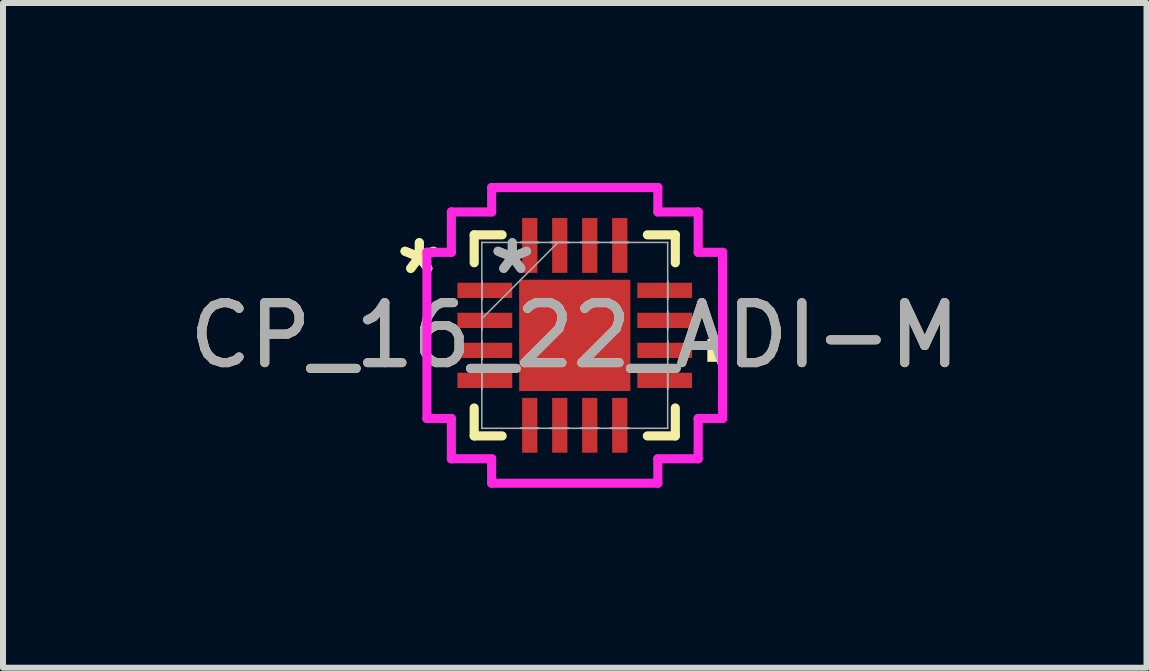
<source format=kicad_pcb>
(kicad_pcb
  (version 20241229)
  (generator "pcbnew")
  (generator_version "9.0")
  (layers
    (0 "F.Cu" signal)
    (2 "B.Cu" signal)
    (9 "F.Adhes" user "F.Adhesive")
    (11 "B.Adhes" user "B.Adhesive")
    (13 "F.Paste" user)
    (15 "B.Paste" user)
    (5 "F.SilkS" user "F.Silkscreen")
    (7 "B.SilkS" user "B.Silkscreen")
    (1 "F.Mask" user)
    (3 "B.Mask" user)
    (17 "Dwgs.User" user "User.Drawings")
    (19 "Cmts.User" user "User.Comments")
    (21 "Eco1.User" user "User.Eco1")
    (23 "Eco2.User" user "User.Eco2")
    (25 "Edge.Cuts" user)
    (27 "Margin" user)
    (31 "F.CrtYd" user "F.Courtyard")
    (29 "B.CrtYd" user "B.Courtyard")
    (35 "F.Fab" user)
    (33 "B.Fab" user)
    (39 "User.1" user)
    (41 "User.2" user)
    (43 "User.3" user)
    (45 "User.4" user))
  (footprint "CP_16_22_ADI-M"
    (layer "F.Cu")
    (at 6.53 2.54)
    (property "Reference" "CP_16_22_ADI-M" (at 0 0 0) (unlocked yes) (layer "F.SilkS") (effects (font (size 1 1) (thickness 0.15))))
    (attr smd)
    (fp_line (start -1.676 -1.676) (end -1.676 -1.21) (stroke (width 0.152) (type solid)) (layer "F.SilkS"))
    (fp_line (start -1.676 1.21) (end -1.676 1.676) (stroke (width 0.152) (type solid)) (layer "F.SilkS"))
    (fp_line (start -1.676 1.676) (end -1.21 1.676) (stroke (width 0.152) (type solid)) (layer "F.SilkS"))
    (fp_line (start -1.21 -1.676) (end -1.676 -1.676) (stroke (width 0.152) (type solid)) (layer "F.SilkS"))
    (fp_line (start 1.21 1.676) (end 1.676 1.676) (stroke (width 0.152) (type solid)) (layer "F.SilkS"))
    (fp_line (start 1.676 -1.676) (end 1.21 -1.676) (stroke (width 0.152) (type solid)) (layer "F.SilkS"))
    (fp_line (start 1.676 -1.21) (end 1.676 -1.676) (stroke (width 0.152) (type solid)) (layer "F.SilkS"))
    (fp_line (start 1.676 1.676) (end 1.676 1.21) (stroke (width 0.152) (type solid)) (layer "F.SilkS"))
    (fp_poly (pts (xy 2.464 0.059) (xy 2.464 0.441) (xy 2.21 0.441) (xy 2.21 0.059)) (stroke (width 0) (type solid)) (fill yes) (layer "F.SilkS"))
    (fp_line (start -2.464 -1.385) (end -2.057 -1.385) (stroke (width 0.152) (type solid)) (layer "F.CrtYd"))
    (fp_line (start -2.464 1.385) (end -2.464 -1.385) (stroke (width 0.152) (type solid)) (layer "F.CrtYd"))
    (fp_line (start -2.057 -2.057) (end -1.385 -2.057) (stroke (width 0.152) (type solid)) (layer "F.CrtYd"))
    (fp_line (start -2.057 -1.385) (end -2.057 -2.057) (stroke (width 0.152) (type solid)) (layer "F.CrtYd"))
    (fp_line (start -2.057 1.385) (end -2.464 1.385) (stroke (width 0.152) (type solid)) (layer "F.CrtYd"))
    (fp_line (start -2.057 2.057) (end -2.057 1.385) (stroke (width 0.152) (type solid)) (layer "F.CrtYd"))
    (fp_line (start -1.385 -2.464) (end 1.385 -2.464) (stroke (width 0.152) (type solid)) (layer "F.CrtYd"))
    (fp_line (start -1.385 -2.057) (end -1.385 -2.464) (stroke (width 0.152) (type solid)) (layer "F.CrtYd"))
    (fp_line (start -1.385 2.057) (end -2.057 2.057) (stroke (width 0.152) (type solid)) (layer "F.CrtYd"))
    (fp_line (start -1.385 2.464) (end -1.385 2.057) (stroke (width 0.152) (type solid)) (layer "F.CrtYd"))
    (fp_line (start 1.385 -2.464) (end 1.385 -2.057) (stroke (width 0.152) (type solid)) (layer "F.CrtYd"))
    (fp_line (start 1.385 -2.057) (end 2.057 -2.057) (stroke (width 0.152) (type solid)) (layer "F.CrtYd"))
    (fp_line (start 1.385 2.057) (end 1.385 2.464) (stroke (width 0.152) (type solid)) (layer "F.CrtYd"))
    (fp_line (start 1.385 2.464) (end -1.385 2.464) (stroke (width 0.152) (type solid)) (layer "F.CrtYd"))
    (fp_line (start 2.057 -2.057) (end 2.057 -1.385) (stroke (width 0.152) (type solid)) (layer "F.CrtYd"))
    (fp_line (start 2.057 -1.385) (end 2.464 -1.385) (stroke (width 0.152) (type solid)) (layer "F.CrtYd"))
    (fp_line (start 2.057 1.385) (end 2.057 2.057) (stroke (width 0.152) (type solid)) (layer "F.CrtYd"))
    (fp_line (start 2.057 2.057) (end 1.385 2.057) (stroke (width 0.152) (type solid)) (layer "F.CrtYd"))
    (fp_line (start 2.464 -1.385) (end 2.464 1.385) (stroke (width 0.152) (type solid)) (layer "F.CrtYd"))
    (fp_line (start 2.464 1.385) (end 2.057 1.385) (stroke (width 0.152) (type solid)) (layer "F.CrtYd"))
    (fp_line (start -1.549 -1.549) (end -1.549 -1.549) (stroke (width 0.025) (type solid)) (layer "F.Fab"))
    (fp_line (start -1.549 -1.549) (end -1.549 1.549) (stroke (width 0.025) (type solid)) (layer "F.Fab"))
    (fp_line (start -1.549 -0.902) (end -1.549 -0.902) (stroke (width 0.025) (type solid)) (layer "F.Fab"))
    (fp_line (start -1.549 -0.902) (end -1.549 -0.598) (stroke (width 0.025) (type solid)) (layer "F.Fab"))
    (fp_line (start -1.549 -0.598) (end -1.549 -0.902) (stroke (width 0.025) (type solid)) (layer "F.Fab"))
    (fp_line (start -1.549 -0.598) (end -1.549 -0.598) (stroke (width 0.025) (type solid)) (layer "F.Fab"))
    (fp_line (start -1.549 -0.402) (end -1.549 -0.402) (stroke (width 0.025) (type solid)) (layer "F.Fab"))
    (fp_line (start -1.549 -0.402) (end -1.549 -0.098) (stroke (width 0.025) (type solid)) (layer "F.Fab"))
    (fp_line (start -1.549 -0.279) (end -0.279 -1.549) (stroke (width 0.025) (type solid)) (layer "F.Fab"))
    (fp_line (start -1.549 -0.098) (end -1.549 -0.402) (stroke (width 0.025) (type solid)) (layer "F.Fab"))
    (fp_line (start -1.549 -0.098) (end -1.549 -0.098) (stroke (width 0.025) (type solid)) (layer "F.Fab"))
    (fp_line (start -1.549 0.098) (end -1.549 0.098) (stroke (width 0.025) (type solid)) (layer "F.Fab"))
    (fp_line (start -1.549 0.098) (end -1.549 0.402) (stroke (width 0.025) (type solid)) (layer "F.Fab"))
    (fp_line (start -1.549 0.402) (end -1.549 0.098) (stroke (width 0.025) (type solid)) (layer "F.Fab"))
    (fp_line (start -1.549 0.402) (end -1.549 0.402) (stroke (width 0.025) (type solid)) (layer "F.Fab"))
    (fp_line (start -1.549 0.598) (end -1.549 0.598) (stroke (width 0.025) (type solid)) (layer "F.Fab"))
    (fp_line (start -1.549 0.598) (end -1.549 0.902) (stroke (width 0.025) (type solid)) (layer "F.Fab"))
    (fp_line (start -1.549 0.902) (end -1.549 0.598) (stroke (width 0.025) (type solid)) (layer "F.Fab"))
    (fp_line (start -1.549 0.902) (end -1.549 0.902) (stroke (width 0.025) (type solid)) (layer "F.Fab"))
    (fp_line (start -1.549 1.549) (end -1.549 1.549) (stroke (width 0.025) (type solid)) (layer "F.Fab"))
    (fp_line (start -1.549 1.549) (end 1.549 1.549) (stroke (width 0.025) (type solid)) (layer "F.Fab"))
    (fp_line (start -0.902 -1.549) (end -0.902 -1.549) (stroke (width 0.025) (type solid)) (layer "F.Fab"))
    (fp_line (start -0.902 -1.549) (end -0.598 -1.549) (stroke (width 0.025) (type solid)) (layer "F.Fab"))
    (fp_line (start -0.902 1.549) (end -0.902 1.549) (stroke (width 0.025) (type solid)) (layer "F.Fab"))
    (fp_line (start -0.902 1.549) (end -0.598 1.549) (stroke (width 0.025) (type solid)) (layer "F.Fab"))
    (fp_line (start -0.598 -1.549) (end -0.902 -1.549) (stroke (width 0.025) (type solid)) (layer "F.Fab"))
    (fp_line (start -0.598 -1.549) (end -0.598 -1.549) (stroke (width 0.025) (type solid)) (layer "F.Fab"))
    (fp_line (start -0.598 1.549) (end -0.902 1.549) (stroke (width 0.025) (type solid)) (layer "F.Fab"))
    (fp_line (start -0.598 1.549) (end -0.598 1.549) (stroke (width 0.025) (type solid)) (layer "F.Fab"))
    (fp_line (start -0.402 -1.549) (end -0.402 -1.549) (stroke (width 0.025) (type solid)) (layer "F.Fab"))
    (fp_line (start -0.402 -1.549) (end -0.098 -1.549) (stroke (width 0.025) (type solid)) (layer "F.Fab"))
    (fp_line (start -0.402 1.549) (end -0.402 1.549) (stroke (width 0.025) (type solid)) (layer "F.Fab"))
    (fp_line (start -0.402 1.549) (end -0.098 1.549) (stroke (width 0.025) (type solid)) (layer "F.Fab"))
    (fp_line (start -0.098 -1.549) (end -0.402 -1.549) (stroke (width 0.025) (type solid)) (layer "F.Fab"))
    (fp_line (start -0.098 -1.549) (end -0.098 -1.549) (stroke (width 0.025) (type solid)) (layer "F.Fab"))
    (fp_line (start -0.098 1.549) (end -0.402 1.549) (stroke (width 0.025) (type solid)) (layer "F.Fab"))
    (fp_line (start -0.098 1.549) (end -0.098 1.549) (stroke (width 0.025) (type solid)) (layer "F.Fab"))
    (fp_line (start 0.098 -1.549) (end 0.098 -1.549) (stroke (width 0.025) (type solid)) (layer "F.Fab"))
    (fp_line (start 0.098 -1.549) (end 0.402 -1.549) (stroke (width 0.025) (type solid)) (layer "F.Fab"))
    (fp_line (start 0.098 1.549) (end 0.098 1.549) (stroke (width 0.025) (type solid)) (layer "F.Fab"))
    (fp_line (start 0.098 1.549) (end 0.402 1.549) (stroke (width 0.025) (type solid)) (layer "F.Fab"))
    (fp_line (start 0.402 -1.549) (end 0.098 -1.549) (stroke (width 0.025) (type solid)) (layer "F.Fab"))
    (fp_line (start 0.402 -1.549) (end 0.402 -1.549) (stroke (width 0.025) (type solid)) (layer "F.Fab"))
    (fp_line (start 0.402 1.549) (end 0.098 1.549) (stroke (width 0.025) (type solid)) (layer "F.Fab"))
    (fp_line (start 0.402 1.549) (end 0.402 1.549) (stroke (width 0.025) (type solid)) (layer "F.Fab"))
    (fp_line (start 0.598 -1.549) (end 0.598 -1.549) (stroke (width 0.025) (type solid)) (layer "F.Fab"))
    (fp_line (start 0.598 -1.549) (end 0.902 -1.549) (stroke (width 0.025) (type solid)) (layer "F.Fab"))
    (fp_line (start 0.598 1.549) (end 0.598 1.549) (stroke (width 0.025) (type solid)) (layer "F.Fab"))
    (fp_line (start 0.598 1.549) (end 0.902 1.549) (stroke (width 0.025) (type solid)) (layer "F.Fab"))
    (fp_line (start 0.902 -1.549) (end 0.598 -1.549) (stroke (width 0.025) (type solid)) (layer "F.Fab"))
    (fp_line (start 0.902 -1.549) (end 0.902 -1.549) (stroke (width 0.025) (type solid)) (layer "F.Fab"))
    (fp_line (start 0.902 1.549) (end 0.598 1.549) (stroke (width 0.025) (type solid)) (layer "F.Fab"))
    (fp_line (start 0.902 1.549) (end 0.902 1.549) (stroke (width 0.025) (type solid)) (layer "F.Fab"))
    (fp_line (start 1.549 -1.549) (end -1.549 -1.549) (stroke (width 0.025) (type solid)) (layer "F.Fab"))
    (fp_line (start 1.549 -1.549) (end 1.549 -1.549) (stroke (width 0.025) (type solid)) (layer "F.Fab"))
    (fp_line (start 1.549 -0.902) (end 1.549 -0.902) (stroke (width 0.025) (type solid)) (layer "F.Fab"))
    (fp_line (start 1.549 -0.902) (end 1.549 -0.598) (stroke (width 0.025) (type solid)) (layer "F.Fab"))
    (fp_line (start 1.549 -0.598) (end 1.549 -0.902) (stroke (width 0.025) (type solid)) (layer "F.Fab"))
    (fp_line (start 1.549 -0.598) (end 1.549 -0.598) (stroke (width 0.025) (type solid)) (layer "F.Fab"))
    (fp_line (start 1.549 -0.402) (end 1.549 -0.402) (stroke (width 0.025) (type solid)) (layer "F.Fab"))
    (fp_line (start 1.549 -0.402) (end 1.549 -0.098) (stroke (width 0.025) (type solid)) (layer "F.Fab"))
    (fp_line (start 1.549 -0.098) (end 1.549 -0.402) (stroke (width 0.025) (type solid)) (layer "F.Fab"))
    (fp_line (start 1.549 -0.098) (end 1.549 -0.098) (stroke (width 0.025) (type solid)) (layer "F.Fab"))
    (fp_line (start 1.549 0.098) (end 1.549 0.098) (stroke (width 0.025) (type solid)) (layer "F.Fab"))
    (fp_line (start 1.549 0.098) (end 1.549 0.402) (stroke (width 0.025) (type solid)) (layer "F.Fab"))
    (fp_line (start 1.549 0.402) (end 1.549 0.098) (stroke (width 0.025) (type solid)) (layer "F.Fab"))
    (fp_line (start 1.549 0.402) (end 1.549 0.402) (stroke (width 0.025) (type solid)) (layer "F.Fab"))
    (fp_line (start 1.549 0.598) (end 1.549 0.598) (stroke (width 0.025) (type solid)) (layer "F.Fab"))
    (fp_line (start 1.549 0.598) (end 1.549 0.902) (stroke (width 0.025) (type solid)) (layer "F.Fab"))
    (fp_line (start 1.549 0.902) (end 1.549 0.598) (stroke (width 0.025) (type solid)) (layer "F.Fab"))
    (fp_line (start 1.549 0.902) (end 1.549 0.902) (stroke (width 0.025) (type solid)) (layer "F.Fab"))
    (fp_line (start 1.549 1.549) (end 1.549 -1.549) (stroke (width 0.025) (type solid)) (layer "F.Fab"))
    (fp_line (start 1.549 1.549) (end 1.549 1.549) (stroke (width 0.025) (type solid)) (layer "F.Fab"))
    (fp_text user "*" (at -2.591 -1 0) (layer "F.SilkS") (effects (font (size 1 1) (thickness 0.15))))
    (fp_text user "*" (at -2.591 -1 0) (unlocked yes) (layer "F.SilkS") (effects (font (size 1 1) (thickness 0.15))))
    (fp_text user "*" (at -1.041 -1 0) (unlocked yes) (layer "F.Fab") (effects (font (size 1 1) (thickness 0.15))))
    (fp_text user "${REFERENCE}" (at 0 0 0) (unlocked yes) (layer "F.Fab") (effects (font (size 1 1) (thickness 0.15))))
    (fp_text user "*" (at -1.041 -1 0) (layer "F.Fab") (effects (font (size 1 1) (thickness 0.15))))
    (pad "1" smd rect (at -1.499 -0.75 90) (size 0.254 0.914) (layers "F.Cu" "F.Mask" "F.Paste"))
    (pad "2" smd rect (at -1.499 -0.25 90) (size 0.254 0.914) (layers "F.Cu" "F.Mask" "F.Paste"))
    (pad "3" smd rect (at -1.499 0.25 90) (size 0.254 0.914) (layers "F.Cu" "F.Mask" "F.Paste"))
    (pad "4" smd rect (at -1.499 0.75 90) (size 0.254 0.914) (layers "F.Cu" "F.Mask" "F.Paste"))
    (pad "5" smd rect (at -0.75 1.499) (size 0.254 0.914) (layers "F.Cu" "F.Mask" "F.Paste"))
    (pad "6" smd rect (at -0.25 1.499) (size 0.254 0.914) (layers "F.Cu" "F.Mask" "F.Paste"))
    (pad "7" smd rect (at 0.25 1.499) (size 0.254 0.914) (layers "F.Cu" "F.Mask" "F.Paste"))
    (pad "8" smd rect (at 0.75 1.499) (size 0.254 0.914) (layers "F.Cu" "F.Mask" "F.Paste"))
    (pad "9" smd rect (at 1.499 0.75 90) (size 0.254 0.914) (layers "F.Cu" "F.Mask" "F.Paste"))
    (pad "10" smd rect (at 1.499 0.25 90) (size 0.254 0.914) (layers "F.Cu" "F.Mask" "F.Paste"))
    (pad "11" smd rect (at 1.499 -0.25 90) (size 0.254 0.914) (layers "F.Cu" "F.Mask" "F.Paste"))
    (pad "12" smd rect (at 1.499 -0.75 90) (size 0.254 0.914) (layers "F.Cu" "F.Mask" "F.Paste"))
    (pad "13" smd rect (at 0.75 -1.499) (size 0.254 0.914) (layers "F.Cu" "F.Mask" "F.Paste"))
    (pad "14" smd rect (at 0.25 -1.499) (size 0.254 0.914) (layers "F.Cu" "F.Mask" "F.Paste"))
    (pad "15" smd rect (at -0.25 -1.499) (size 0.254 0.914) (layers "F.Cu" "F.Mask" "F.Paste"))
    (pad "16" smd rect (at -0.75 -1.499) (size 0.254 0.914) (layers "F.Cu" "F.Mask" "F.Paste"))
    (pad "17" smd rect (at 0 0) (size 1.854 1.854) (layers "F.Cu" "F.Mask" "F.Paste")))
  (gr_rect
    (start -3 -3)
    (end 16.06 8.08)
    (stroke (width 0.1) (type default))
    (fill no)
    (layer "Edge.Cuts")))
</source>
